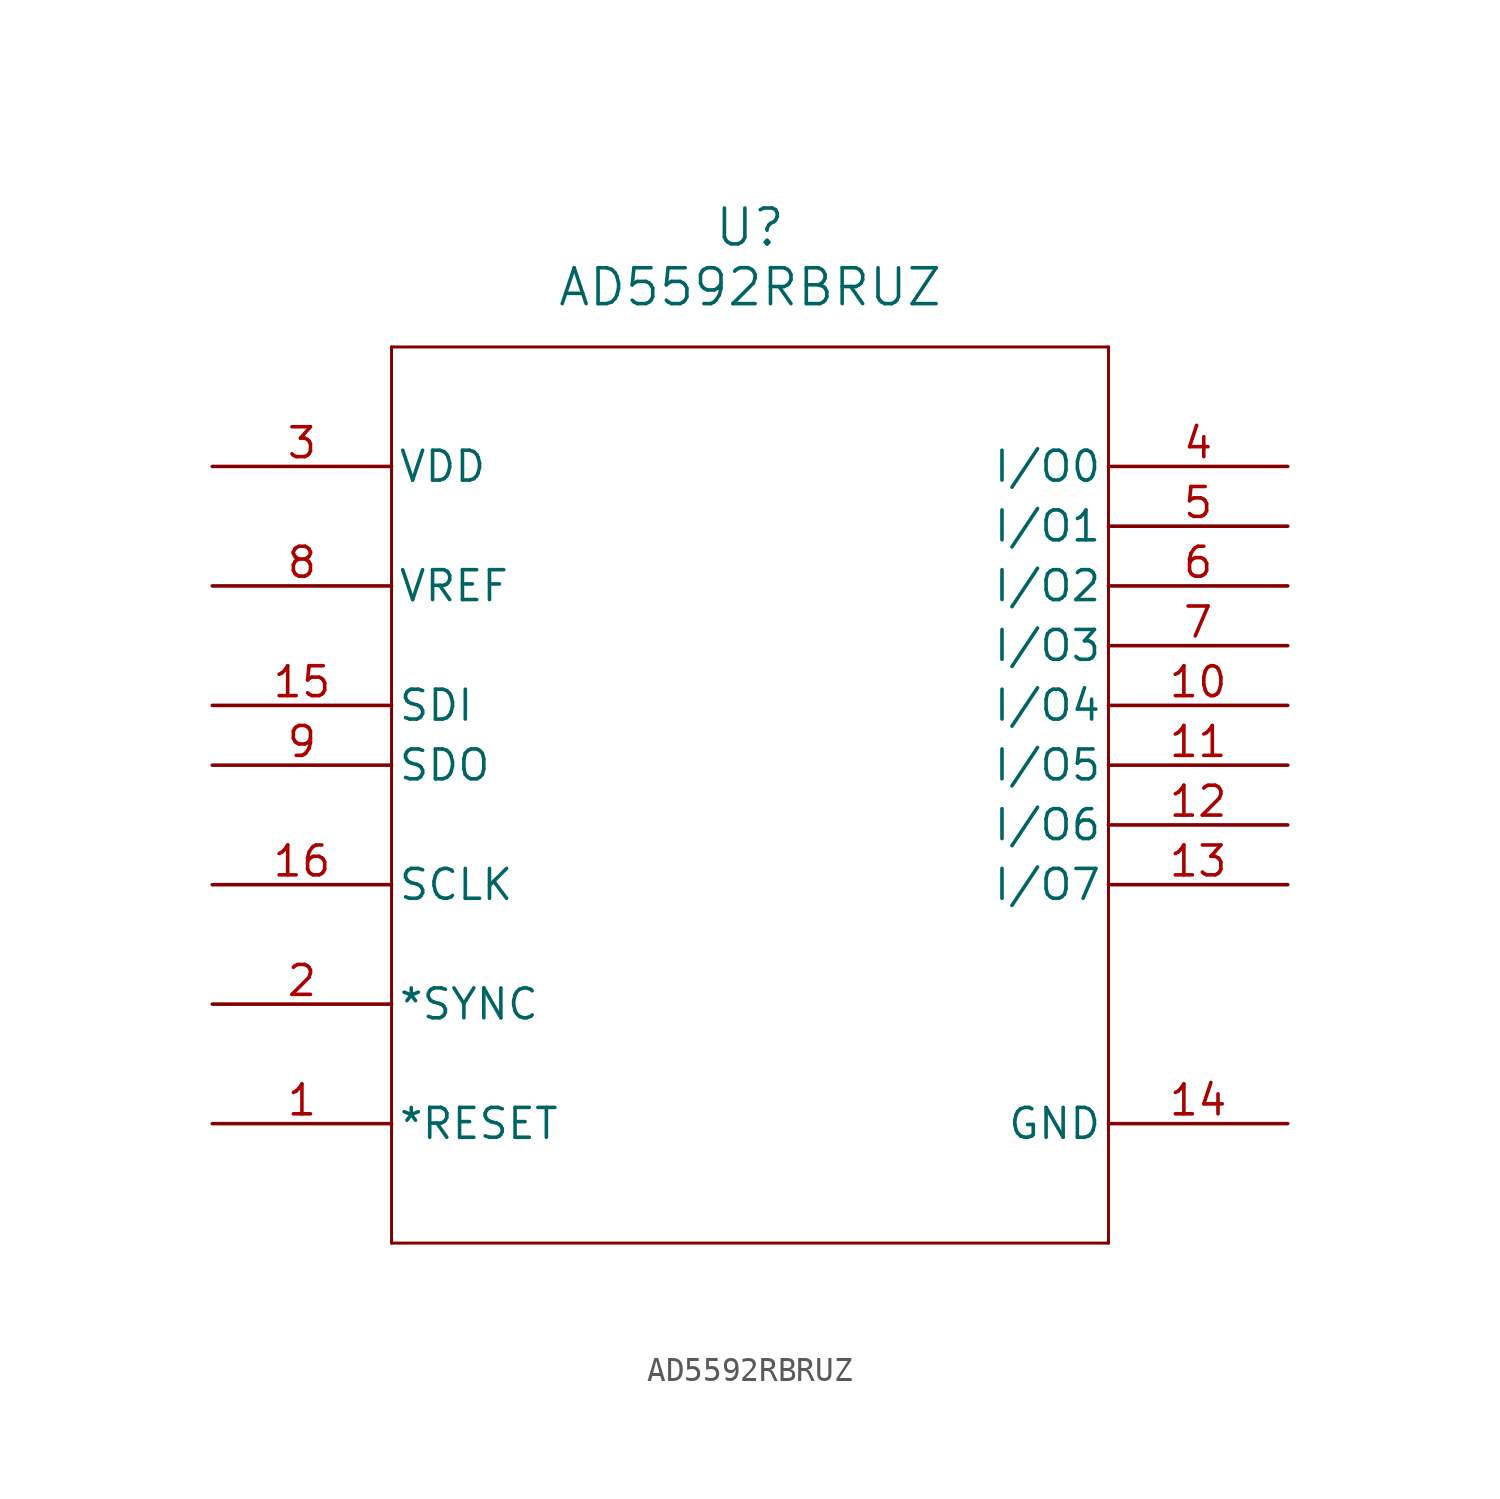
<source format=kicad_sym>
(kicad_symbol_lib
  (version 20211014)
  (generator kicad_symbol_editor)
  (symbol "AD5592RBRUZ"
    (pin_names
      (offset 0.254))
    (property "Reference" "U"
      (at 22.86 10.16 0)
      (effects (font (size 1.524 1.524))))
    (property "Value" "AD5592RBRUZ"
      (at 22.86 7.62 0)
      (effects (font (size 1.524 1.524))))
    (symbol "AD5592RBRUZ_0_1"
      (polyline (pts (xy 7.62 5.08) (xy 7.62 -33.02)) (stroke (width 0.127) (type default) (color 0 0 0 0)) (fill (type none)))
      (polyline (pts (xy 7.62 -33.02) (xy 38.1 -33.02)) (stroke (width 0.127) (type default) (color 0 0 0 0)) (fill (type none)))
      (polyline (pts (xy 38.1 -33.02) (xy 38.1 5.08)) (stroke (width 0.127) (type default) (color 0 0 0 0)) (fill (type none)))
      (polyline (pts (xy 38.1 5.08) (xy 7.62 5.08)) (stroke (width 0.127) (type default) (color 0 0 0 0)) (fill (type none)))
      (pin unspecified line (at 0 -27.94 0) (length 7.62) (name "*RESET" (effects (font (size 1.27 1.27)))) (number "1" (effects (font (size 1.27 1.27)))))
      (pin unspecified line (at 0 -22.86 0) (length 7.62) (name "*SYNC" (effects (font (size 1.27 1.27)))) (number "2" (effects (font (size 1.27 1.27)))))
      (pin unspecified line (at 45.72 -27.94 180) (length 7.62) (name "GND" (effects (font (size 1.27 1.27)))) (number "14" (effects (font (size 1.27 1.27)))))
      (pin unspecified line (at 45.72 0 180) (length 7.62) (name "I/O0" (effects (font (size 1.27 1.27)))) (number "4" (effects (font (size 1.27 1.27)))))
      (pin unspecified line (at 45.72 -2.54 180) (length 7.62) (name "I/O1" (effects (font (size 1.27 1.27)))) (number "5" (effects (font (size 1.27 1.27)))))
      (pin unspecified line (at 45.72 -5.08 180) (length 7.62) (name "I/O2" (effects (font (size 1.27 1.27)))) (number "6" (effects (font (size 1.27 1.27)))))
      (pin unspecified line (at 45.72 -7.62 180) (length 7.62) (name "I/O3" (effects (font (size 1.27 1.27)))) (number "7" (effects (font (size 1.27 1.27)))))
      (pin unspecified line (at 45.72 -10.16 180) (length 7.62) (name "I/O4" (effects (font (size 1.27 1.27)))) (number "10" (effects (font (size 1.27 1.27)))))
      (pin unspecified line (at 45.72 -12.7 180) (length 7.62) (name "I/O5" (effects (font (size 1.27 1.27)))) (number "11" (effects (font (size 1.27 1.27)))))
      (pin unspecified line (at 45.72 -15.24 180) (length 7.62) (name "I/O6" (effects (font (size 1.27 1.27)))) (number "12" (effects (font (size 1.27 1.27)))))
      (pin unspecified line (at 45.72 -17.78 180) (length 7.62) (name "I/O7" (effects (font (size 1.27 1.27)))) (number "13" (effects (font (size 1.27 1.27)))))
      (pin unspecified line (at 0 -17.78 0) (length 7.62) (name "SCLK" (effects (font (size 1.27 1.27)))) (number "16" (effects (font (size 1.27 1.27)))))
      (pin unspecified line (at 0 -10.16 0) (length 7.62) (name "SDI" (effects (font (size 1.27 1.27)))) (number "15" (effects (font (size 1.27 1.27)))))
      (pin unspecified line (at 0 -12.7 0) (length 7.62) (name "SDO" (effects (font (size 1.27 1.27)))) (number "9" (effects (font (size 1.27 1.27)))))
      (pin unspecified line (at 0 0 0) (length 7.62) (name "VDD" (effects (font (size 1.27 1.27)))) (number "3" (effects (font (size 1.27 1.27)))))
      (pin unspecified line (at 0 -5.08 0) (length 7.62) (name "VREF" (effects (font (size 1.27 1.27)))) (number "8" (effects (font (size 1.27 1.27))))))))
</source>
